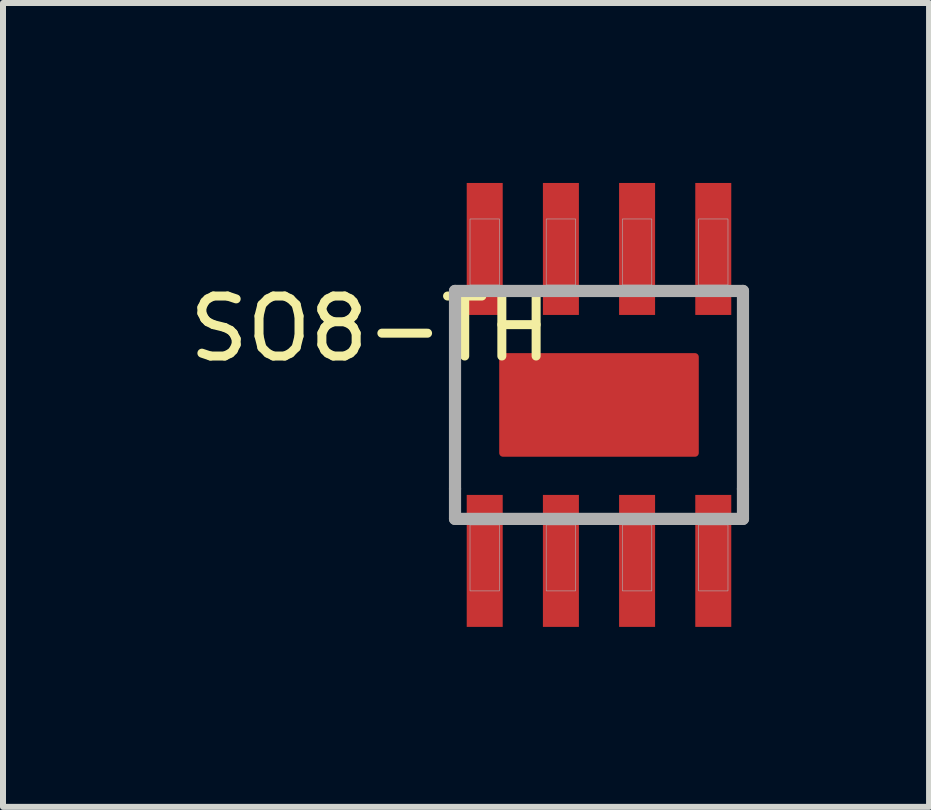
<source format=kicad_pcb>
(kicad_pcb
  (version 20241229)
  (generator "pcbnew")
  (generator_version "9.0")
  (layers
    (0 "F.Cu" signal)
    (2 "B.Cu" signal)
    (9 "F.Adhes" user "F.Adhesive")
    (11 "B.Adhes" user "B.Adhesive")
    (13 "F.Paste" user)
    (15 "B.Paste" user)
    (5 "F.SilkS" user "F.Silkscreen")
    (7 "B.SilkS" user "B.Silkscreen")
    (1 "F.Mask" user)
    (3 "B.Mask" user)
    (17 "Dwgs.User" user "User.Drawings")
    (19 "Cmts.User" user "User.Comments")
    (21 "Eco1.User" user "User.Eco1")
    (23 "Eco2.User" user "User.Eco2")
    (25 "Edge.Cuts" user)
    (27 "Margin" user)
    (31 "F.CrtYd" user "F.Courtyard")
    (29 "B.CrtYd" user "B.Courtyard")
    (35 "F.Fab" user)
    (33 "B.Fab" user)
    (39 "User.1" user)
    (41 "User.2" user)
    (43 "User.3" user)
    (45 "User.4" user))
  (footprint "SO8-TH"
    (layer "F.Cu")
    (at 6.935 3.7)
    (property "Reference" "SO8-TH" (at -3.81 -1.27 180) (layer "F.SilkS") (effects (font (size 1 1) (thickness 0.15))))
    (attr smd)
    (fp_poly (pts (xy -1.6 -0.8) (xy -1.6 0.8) (xy 1.6 0.8) (xy 1.6 -0.8)) (stroke (width 0.127) (type solid)) (fill yes) (layer "F.Cu"))
    (fp_line (start -2.4 -1.9) (end 2.4 -1.9) (stroke (width 0.203) (type solid)) (layer "F.Fab"))
    (fp_line (start -2.4 1.4) (end -2.4 -1.9) (stroke (width 0.203) (type solid)) (layer "F.Fab"))
    (fp_line (start -2.4 1.9) (end -2.4 1.4) (stroke (width 0.203) (type solid)) (layer "F.Fab"))
    (fp_line (start 2.4 -1.9) (end 2.4 1.4) (stroke (width 0.203) (type solid)) (layer "F.Fab"))
    (fp_line (start 2.4 1.4) (end 2.4 1.9) (stroke (width 0.203) (type solid)) (layer "F.Fab"))
    (fp_line (start 2.4 1.9) (end -2.4 1.9) (stroke (width 0.203) (type solid)) (layer "F.Fab"))
    (fp_poly (pts (xy -2.15 -3.1) (xy -1.66 -3.1) (xy -1.66 -2) (xy -2.15 -2)) (stroke (width 0.01) (type solid)) (fill no) (layer "F.Fab"))
    (fp_poly (pts (xy -2.15 2) (xy -1.66 2) (xy -1.66 3.1) (xy -2.15 3.1)) (stroke (width 0.01) (type solid)) (fill no) (layer "F.Fab"))
    (fp_poly (pts (xy -0.88 -3.1) (xy -0.39 -3.1) (xy -0.39 -2) (xy -0.88 -2)) (stroke (width 0.01) (type solid)) (fill no) (layer "F.Fab"))
    (fp_poly (pts (xy -0.88 2) (xy -0.39 2) (xy -0.39 3.1) (xy -0.88 3.1)) (stroke (width 0.01) (type solid)) (fill no) (layer "F.Fab"))
    (fp_poly (pts (xy 0.39 -3.1) (xy 0.88 -3.1) (xy 0.88 -2) (xy 0.39 -2)) (stroke (width 0.01) (type solid)) (fill no) (layer "F.Fab"))
    (fp_poly (pts (xy 0.39 2) (xy 0.88 2) (xy 0.88 3.1) (xy 0.39 3.1)) (stroke (width 0.01) (type solid)) (fill no) (layer "F.Fab"))
    (fp_poly (pts (xy 1.66 -3.1) (xy 2.15 -3.1) (xy 2.15 -2) (xy 1.66 -2)) (stroke (width 0.01) (type solid)) (fill no) (layer "F.Fab"))
    (fp_poly (pts (xy 1.66 2) (xy 2.15 2) (xy 2.15 3.1) (xy 1.66 3.1)) (stroke (width 0.01) (type solid)) (fill no) (layer "F.Fab"))
    (pad "1" smd rect (at -1.905 2.6) (size 0.6 2.2) (layers "F.Cu" "F.Mask" "F.Paste"))
    (pad "2" smd rect (at -0.635 2.6) (size 0.6 2.2) (layers "F.Cu" "F.Mask" "F.Paste"))
    (pad "3" smd rect (at 0.635 2.6) (size 0.6 2.2) (layers "F.Cu" "F.Mask" "F.Paste"))
    (pad "4" smd rect (at 1.905 2.6) (size 0.6 2.2) (layers "F.Cu" "F.Mask" "F.Paste"))
    (pad "5" smd rect (at 1.905 -2.6) (size 0.6 2.2) (layers "F.Cu" "F.Mask" "F.Paste"))
    (pad "6" smd rect (at 0.635 -2.6) (size 0.6 2.2) (layers "F.Cu" "F.Mask" "F.Paste"))
    (pad "7" smd rect (at -0.635 -2.6) (size 0.6 2.2) (layers "F.Cu" "F.Mask" "F.Paste"))
    (pad "8" smd rect (at -1.905 -2.6) (size 0.6 2.2) (layers "F.Cu" "F.Mask" "F.Paste")))
  (gr_rect
    (start -3 -3)
    (end 12.437 10.4)
    (stroke (width 0.1) (type default))
    (fill no)
    (layer "Edge.Cuts")))
</source>
